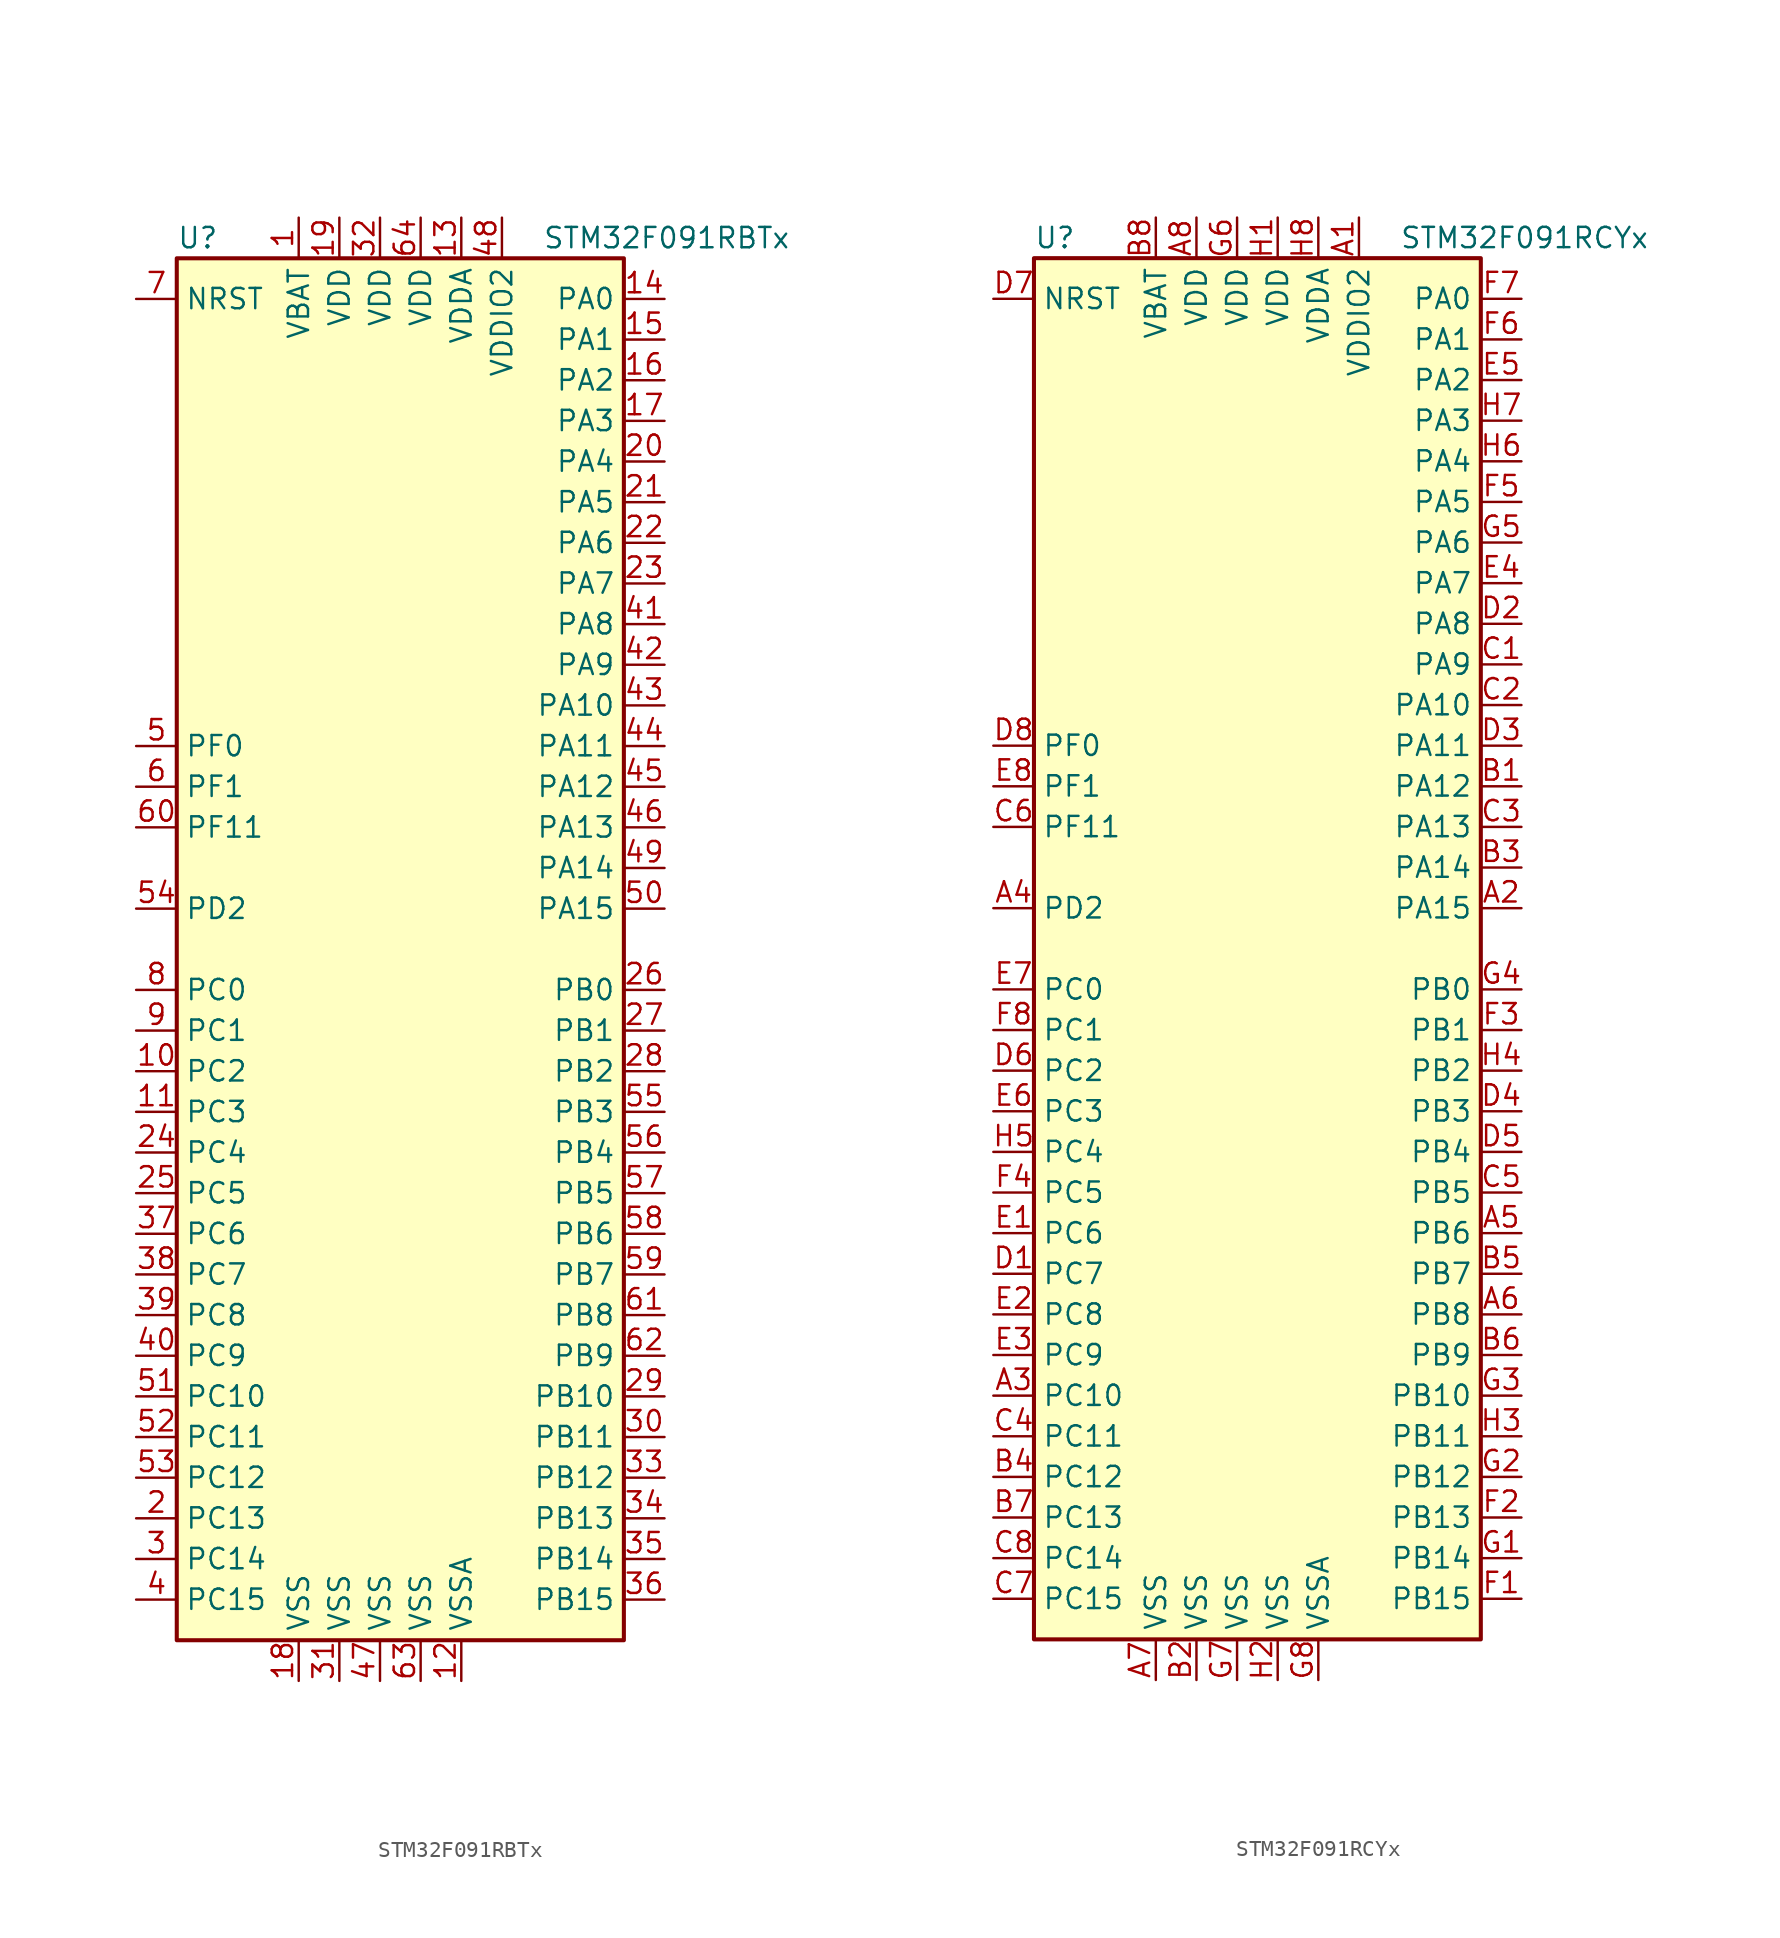
<source format=kicad_sym>
(kicad_symbol_lib
  (version 20201005)
  (generator kicad_symbol_editor)
  (symbol "STM32F091RBTx"
    (property "Reference" "U"
      (at -15.24 44.45 0)
      (effects (font (size 1.27 1.27)) (justify left)))
    (property "Value" "STM32F091RBTx"
      (at 7.62 44.45 0)
      (effects (font (size 1.27 1.27)) (justify left)))
    (symbol "STM32F091RBTx_0_1"
      (rectangle (start -15.24 -43.18) (end 12.7 43.18) (stroke (width 0.254)) (fill (type background))))
    (symbol "STM32F091RBTx_1_1"
      (pin input line (at -17.78 40.64 0) (length 2.54) (name "NRST" (effects (font (size 1.27 1.27)))) (number "7" (effects (font (size 1.27 1.27)))))
      (pin bidirectional line (at 15.24 40.64 180) (length 2.54) (name "PA0" (effects (font (size 1.27 1.27)))) (number "14" (effects (font (size 1.27 1.27)))))
      (pin bidirectional line (at 15.24 38.1 180) (length 2.54) (name "PA1" (effects (font (size 1.27 1.27)))) (number "15" (effects (font (size 1.27 1.27)))))
      (pin bidirectional line (at 15.24 15.24 180) (length 2.54) (name "PA10" (effects (font (size 1.27 1.27)))) (number "43" (effects (font (size 1.27 1.27)))))
      (pin bidirectional line (at 15.24 12.7 180) (length 2.54) (name "PA11" (effects (font (size 1.27 1.27)))) (number "44" (effects (font (size 1.27 1.27)))))
      (pin bidirectional line (at 15.24 10.16 180) (length 2.54) (name "PA12" (effects (font (size 1.27 1.27)))) (number "45" (effects (font (size 1.27 1.27)))))
      (pin bidirectional line (at 15.24 7.62 180) (length 2.54) (name "PA13" (effects (font (size 1.27 1.27)))) (number "46" (effects (font (size 1.27 1.27)))))
      (pin bidirectional line (at 15.24 5.08 180) (length 2.54) (name "PA14" (effects (font (size 1.27 1.27)))) (number "49" (effects (font (size 1.27 1.27)))))
      (pin bidirectional line (at 15.24 2.54 180) (length 2.54) (name "PA15" (effects (font (size 1.27 1.27)))) (number "50" (effects (font (size 1.27 1.27)))))
      (pin bidirectional line (at 15.24 35.56 180) (length 2.54) (name "PA2" (effects (font (size 1.27 1.27)))) (number "16" (effects (font (size 1.27 1.27)))))
      (pin bidirectional line (at 15.24 33.02 180) (length 2.54) (name "PA3" (effects (font (size 1.27 1.27)))) (number "17" (effects (font (size 1.27 1.27)))))
      (pin bidirectional line (at 15.24 30.48 180) (length 2.54) (name "PA4" (effects (font (size 1.27 1.27)))) (number "20" (effects (font (size 1.27 1.27)))))
      (pin bidirectional line (at 15.24 27.94 180) (length 2.54) (name "PA5" (effects (font (size 1.27 1.27)))) (number "21" (effects (font (size 1.27 1.27)))))
      (pin bidirectional line (at 15.24 25.4 180) (length 2.54) (name "PA6" (effects (font (size 1.27 1.27)))) (number "22" (effects (font (size 1.27 1.27)))))
      (pin bidirectional line (at 15.24 22.86 180) (length 2.54) (name "PA7" (effects (font (size 1.27 1.27)))) (number "23" (effects (font (size 1.27 1.27)))))
      (pin bidirectional line (at 15.24 20.32 180) (length 2.54) (name "PA8" (effects (font (size 1.27 1.27)))) (number "41" (effects (font (size 1.27 1.27)))))
      (pin bidirectional line (at 15.24 17.78 180) (length 2.54) (name "PA9" (effects (font (size 1.27 1.27)))) (number "42" (effects (font (size 1.27 1.27)))))
      (pin bidirectional line (at 15.24 -2.54 180) (length 2.54) (name "PB0" (effects (font (size 1.27 1.27)))) (number "26" (effects (font (size 1.27 1.27)))))
      (pin bidirectional line (at 15.24 -5.08 180) (length 2.54) (name "PB1" (effects (font (size 1.27 1.27)))) (number "27" (effects (font (size 1.27 1.27)))))
      (pin bidirectional line (at 15.24 -27.94 180) (length 2.54) (name "PB10" (effects (font (size 1.27 1.27)))) (number "29" (effects (font (size 1.27 1.27)))))
      (pin bidirectional line (at 15.24 -30.48 180) (length 2.54) (name "PB11" (effects (font (size 1.27 1.27)))) (number "30" (effects (font (size 1.27 1.27)))))
      (pin bidirectional line (at 15.24 -33.02 180) (length 2.54) (name "PB12" (effects (font (size 1.27 1.27)))) (number "33" (effects (font (size 1.27 1.27)))))
      (pin bidirectional line (at 15.24 -35.56 180) (length 2.54) (name "PB13" (effects (font (size 1.27 1.27)))) (number "34" (effects (font (size 1.27 1.27)))))
      (pin bidirectional line (at 15.24 -38.1 180) (length 2.54) (name "PB14" (effects (font (size 1.27 1.27)))) (number "35" (effects (font (size 1.27 1.27)))))
      (pin bidirectional line (at 15.24 -40.64 180) (length 2.54) (name "PB15" (effects (font (size 1.27 1.27)))) (number "36" (effects (font (size 1.27 1.27)))))
      (pin bidirectional line (at 15.24 -7.62 180) (length 2.54) (name "PB2" (effects (font (size 1.27 1.27)))) (number "28" (effects (font (size 1.27 1.27)))))
      (pin bidirectional line (at 15.24 -10.16 180) (length 2.54) (name "PB3" (effects (font (size 1.27 1.27)))) (number "55" (effects (font (size 1.27 1.27)))))
      (pin bidirectional line (at 15.24 -12.7 180) (length 2.54) (name "PB4" (effects (font (size 1.27 1.27)))) (number "56" (effects (font (size 1.27 1.27)))))
      (pin bidirectional line (at 15.24 -15.24 180) (length 2.54) (name "PB5" (effects (font (size 1.27 1.27)))) (number "57" (effects (font (size 1.27 1.27)))))
      (pin bidirectional line (at 15.24 -17.78 180) (length 2.54) (name "PB6" (effects (font (size 1.27 1.27)))) (number "58" (effects (font (size 1.27 1.27)))))
      (pin bidirectional line (at 15.24 -20.32 180) (length 2.54) (name "PB7" (effects (font (size 1.27 1.27)))) (number "59" (effects (font (size 1.27 1.27)))))
      (pin bidirectional line (at 15.24 -22.86 180) (length 2.54) (name "PB8" (effects (font (size 1.27 1.27)))) (number "61" (effects (font (size 1.27 1.27)))))
      (pin bidirectional line (at 15.24 -25.4 180) (length 2.54) (name "PB9" (effects (font (size 1.27 1.27)))) (number "62" (effects (font (size 1.27 1.27)))))
      (pin bidirectional line (at -17.78 -2.54 0) (length 2.54) (name "PC0" (effects (font (size 1.27 1.27)))) (number "8" (effects (font (size 1.27 1.27)))))
      (pin bidirectional line (at -17.78 -5.08 0) (length 2.54) (name "PC1" (effects (font (size 1.27 1.27)))) (number "9" (effects (font (size 1.27 1.27)))))
      (pin bidirectional line (at -17.78 -27.94 0) (length 2.54) (name "PC10" (effects (font (size 1.27 1.27)))) (number "51" (effects (font (size 1.27 1.27)))))
      (pin bidirectional line (at -17.78 -30.48 0) (length 2.54) (name "PC11" (effects (font (size 1.27 1.27)))) (number "52" (effects (font (size 1.27 1.27)))))
      (pin bidirectional line (at -17.78 -33.02 0) (length 2.54) (name "PC12" (effects (font (size 1.27 1.27)))) (number "53" (effects (font (size 1.27 1.27)))))
      (pin bidirectional line (at -17.78 -35.56 0) (length 2.54) (name "PC13" (effects (font (size 1.27 1.27)))) (number "2" (effects (font (size 1.27 1.27)))))
      (pin bidirectional line (at -17.78 -38.1 0) (length 2.54) (name "PC14" (effects (font (size 1.27 1.27)))) (number "3" (effects (font (size 1.27 1.27)))))
      (pin bidirectional line (at -17.78 -40.64 0) (length 2.54) (name "PC15" (effects (font (size 1.27 1.27)))) (number "4" (effects (font (size 1.27 1.27)))))
      (pin bidirectional line (at -17.78 -7.62 0) (length 2.54) (name "PC2" (effects (font (size 1.27 1.27)))) (number "10" (effects (font (size 1.27 1.27)))))
      (pin bidirectional line (at -17.78 -10.16 0) (length 2.54) (name "PC3" (effects (font (size 1.27 1.27)))) (number "11" (effects (font (size 1.27 1.27)))))
      (pin bidirectional line (at -17.78 -12.7 0) (length 2.54) (name "PC4" (effects (font (size 1.27 1.27)))) (number "24" (effects (font (size 1.27 1.27)))))
      (pin bidirectional line (at -17.78 -15.24 0) (length 2.54) (name "PC5" (effects (font (size 1.27 1.27)))) (number "25" (effects (font (size 1.27 1.27)))))
      (pin bidirectional line (at -17.78 -17.78 0) (length 2.54) (name "PC6" (effects (font (size 1.27 1.27)))) (number "37" (effects (font (size 1.27 1.27)))))
      (pin bidirectional line (at -17.78 -20.32 0) (length 2.54) (name "PC7" (effects (font (size 1.27 1.27)))) (number "38" (effects (font (size 1.27 1.27)))))
      (pin bidirectional line (at -17.78 -22.86 0) (length 2.54) (name "PC8" (effects (font (size 1.27 1.27)))) (number "39" (effects (font (size 1.27 1.27)))))
      (pin bidirectional line (at -17.78 -25.4 0) (length 2.54) (name "PC9" (effects (font (size 1.27 1.27)))) (number "40" (effects (font (size 1.27 1.27)))))
      (pin bidirectional line (at -17.78 2.54 0) (length 2.54) (name "PD2" (effects (font (size 1.27 1.27)))) (number "54" (effects (font (size 1.27 1.27)))))
      (pin input line (at -17.78 12.7 0) (length 2.54) (name "PF0" (effects (font (size 1.27 1.27)))) (number "5" (effects (font (size 1.27 1.27)))))
      (pin input line (at -17.78 10.16 0) (length 2.54) (name "PF1" (effects (font (size 1.27 1.27)))) (number "6" (effects (font (size 1.27 1.27)))))
      (pin bidirectional line (at -17.78 7.62 0) (length 2.54) (name "PF11" (effects (font (size 1.27 1.27)))) (number "60" (effects (font (size 1.27 1.27)))))
      (pin power_in line (at -7.62 45.72 270) (length 2.54) (name "VBAT" (effects (font (size 1.27 1.27)))) (number "1" (effects (font (size 1.27 1.27)))))
      (pin power_in line (at -5.08 45.72 270) (length 2.54) (name "VDD" (effects (font (size 1.27 1.27)))) (number "19" (effects (font (size 1.27 1.27)))))
      (pin power_in line (at -2.54 45.72 270) (length 2.54) (name "VDD" (effects (font (size 1.27 1.27)))) (number "32" (effects (font (size 1.27 1.27)))))
      (pin power_in line (at 0 45.72 270) (length 2.54) (name "VDD" (effects (font (size 1.27 1.27)))) (number "64" (effects (font (size 1.27 1.27)))))
      (pin power_in line (at 2.54 45.72 270) (length 2.54) (name "VDDA" (effects (font (size 1.27 1.27)))) (number "13" (effects (font (size 1.27 1.27)))))
      (pin power_in line (at 5.08 45.72 270) (length 2.54) (name "VDDIO2" (effects (font (size 1.27 1.27)))) (number "48" (effects (font (size 1.27 1.27)))))
      (pin power_in line (at -7.62 -45.72 90) (length 2.54) (name "VSS" (effects (font (size 1.27 1.27)))) (number "18" (effects (font (size 1.27 1.27)))))
      (pin power_in line (at -5.08 -45.72 90) (length 2.54) (name "VSS" (effects (font (size 1.27 1.27)))) (number "31" (effects (font (size 1.27 1.27)))))
      (pin power_in line (at -2.54 -45.72 90) (length 2.54) (name "VSS" (effects (font (size 1.27 1.27)))) (number "47" (effects (font (size 1.27 1.27)))))
      (pin power_in line (at 0 -45.72 90) (length 2.54) (name "VSS" (effects (font (size 1.27 1.27)))) (number "63" (effects (font (size 1.27 1.27)))))
      (pin power_in line (at 2.54 -45.72 90) (length 2.54) (name "VSSA" (effects (font (size 1.27 1.27)))) (number "12" (effects (font (size 1.27 1.27)))))))
  (symbol "STM32F091RCYx"
    (property "Reference" "U"
      (at -15.24 44.45 0)
      (effects (font (size 1.27 1.27)) (justify left)))
    (property "Value" "STM32F091RCYx"
      (at 7.62 44.45 0)
      (effects (font (size 1.27 1.27)) (justify left)))
    (symbol "STM32F091RCYx_0_1"
      (rectangle (start -15.24 -43.18) (end 12.7 43.18) (stroke (width 0.254)) (fill (type background))))
    (symbol "STM32F091RCYx_1_1"
      (pin input line (at -17.78 40.64 0) (length 2.54) (name "NRST" (effects (font (size 1.27 1.27)))) (number "D7" (effects (font (size 1.27 1.27)))))
      (pin bidirectional line (at 15.24 40.64 180) (length 2.54) (name "PA0" (effects (font (size 1.27 1.27)))) (number "F7" (effects (font (size 1.27 1.27)))))
      (pin bidirectional line (at 15.24 38.1 180) (length 2.54) (name "PA1" (effects (font (size 1.27 1.27)))) (number "F6" (effects (font (size 1.27 1.27)))))
      (pin bidirectional line (at 15.24 15.24 180) (length 2.54) (name "PA10" (effects (font (size 1.27 1.27)))) (number "C2" (effects (font (size 1.27 1.27)))))
      (pin bidirectional line (at 15.24 12.7 180) (length 2.54) (name "PA11" (effects (font (size 1.27 1.27)))) (number "D3" (effects (font (size 1.27 1.27)))))
      (pin bidirectional line (at 15.24 10.16 180) (length 2.54) (name "PA12" (effects (font (size 1.27 1.27)))) (number "B1" (effects (font (size 1.27 1.27)))))
      (pin bidirectional line (at 15.24 7.62 180) (length 2.54) (name "PA13" (effects (font (size 1.27 1.27)))) (number "C3" (effects (font (size 1.27 1.27)))))
      (pin bidirectional line (at 15.24 5.08 180) (length 2.54) (name "PA14" (effects (font (size 1.27 1.27)))) (number "B3" (effects (font (size 1.27 1.27)))))
      (pin bidirectional line (at 15.24 2.54 180) (length 2.54) (name "PA15" (effects (font (size 1.27 1.27)))) (number "A2" (effects (font (size 1.27 1.27)))))
      (pin bidirectional line (at 15.24 35.56 180) (length 2.54) (name "PA2" (effects (font (size 1.27 1.27)))) (number "E5" (effects (font (size 1.27 1.27)))))
      (pin bidirectional line (at 15.24 33.02 180) (length 2.54) (name "PA3" (effects (font (size 1.27 1.27)))) (number "H7" (effects (font (size 1.27 1.27)))))
      (pin bidirectional line (at 15.24 30.48 180) (length 2.54) (name "PA4" (effects (font (size 1.27 1.27)))) (number "H6" (effects (font (size 1.27 1.27)))))
      (pin bidirectional line (at 15.24 27.94 180) (length 2.54) (name "PA5" (effects (font (size 1.27 1.27)))) (number "F5" (effects (font (size 1.27 1.27)))))
      (pin bidirectional line (at 15.24 25.4 180) (length 2.54) (name "PA6" (effects (font (size 1.27 1.27)))) (number "G5" (effects (font (size 1.27 1.27)))))
      (pin bidirectional line (at 15.24 22.86 180) (length 2.54) (name "PA7" (effects (font (size 1.27 1.27)))) (number "E4" (effects (font (size 1.27 1.27)))))
      (pin bidirectional line (at 15.24 20.32 180) (length 2.54) (name "PA8" (effects (font (size 1.27 1.27)))) (number "D2" (effects (font (size 1.27 1.27)))))
      (pin bidirectional line (at 15.24 17.78 180) (length 2.54) (name "PA9" (effects (font (size 1.27 1.27)))) (number "C1" (effects (font (size 1.27 1.27)))))
      (pin bidirectional line (at 15.24 -2.54 180) (length 2.54) (name "PB0" (effects (font (size 1.27 1.27)))) (number "G4" (effects (font (size 1.27 1.27)))))
      (pin bidirectional line (at 15.24 -5.08 180) (length 2.54) (name "PB1" (effects (font (size 1.27 1.27)))) (number "F3" (effects (font (size 1.27 1.27)))))
      (pin bidirectional line (at 15.24 -27.94 180) (length 2.54) (name "PB10" (effects (font (size 1.27 1.27)))) (number "G3" (effects (font (size 1.27 1.27)))))
      (pin bidirectional line (at 15.24 -30.48 180) (length 2.54) (name "PB11" (effects (font (size 1.27 1.27)))) (number "H3" (effects (font (size 1.27 1.27)))))
      (pin bidirectional line (at 15.24 -33.02 180) (length 2.54) (name "PB12" (effects (font (size 1.27 1.27)))) (number "G2" (effects (font (size 1.27 1.27)))))
      (pin bidirectional line (at 15.24 -35.56 180) (length 2.54) (name "PB13" (effects (font (size 1.27 1.27)))) (number "F2" (effects (font (size 1.27 1.27)))))
      (pin bidirectional line (at 15.24 -38.1 180) (length 2.54) (name "PB14" (effects (font (size 1.27 1.27)))) (number "G1" (effects (font (size 1.27 1.27)))))
      (pin bidirectional line (at 15.24 -40.64 180) (length 2.54) (name "PB15" (effects (font (size 1.27 1.27)))) (number "F1" (effects (font (size 1.27 1.27)))))
      (pin bidirectional line (at 15.24 -7.62 180) (length 2.54) (name "PB2" (effects (font (size 1.27 1.27)))) (number "H4" (effects (font (size 1.27 1.27)))))
      (pin bidirectional line (at 15.24 -10.16 180) (length 2.54) (name "PB3" (effects (font (size 1.27 1.27)))) (number "D4" (effects (font (size 1.27 1.27)))))
      (pin bidirectional line (at 15.24 -12.7 180) (length 2.54) (name "PB4" (effects (font (size 1.27 1.27)))) (number "D5" (effects (font (size 1.27 1.27)))))
      (pin bidirectional line (at 15.24 -15.24 180) (length 2.54) (name "PB5" (effects (font (size 1.27 1.27)))) (number "C5" (effects (font (size 1.27 1.27)))))
      (pin bidirectional line (at 15.24 -17.78 180) (length 2.54) (name "PB6" (effects (font (size 1.27 1.27)))) (number "A5" (effects (font (size 1.27 1.27)))))
      (pin bidirectional line (at 15.24 -20.32 180) (length 2.54) (name "PB7" (effects (font (size 1.27 1.27)))) (number "B5" (effects (font (size 1.27 1.27)))))
      (pin bidirectional line (at 15.24 -22.86 180) (length 2.54) (name "PB8" (effects (font (size 1.27 1.27)))) (number "A6" (effects (font (size 1.27 1.27)))))
      (pin bidirectional line (at 15.24 -25.4 180) (length 2.54) (name "PB9" (effects (font (size 1.27 1.27)))) (number "B6" (effects (font (size 1.27 1.27)))))
      (pin bidirectional line (at -17.78 -2.54 0) (length 2.54) (name "PC0" (effects (font (size 1.27 1.27)))) (number "E7" (effects (font (size 1.27 1.27)))))
      (pin bidirectional line (at -17.78 -5.08 0) (length 2.54) (name "PC1" (effects (font (size 1.27 1.27)))) (number "F8" (effects (font (size 1.27 1.27)))))
      (pin bidirectional line (at -17.78 -27.94 0) (length 2.54) (name "PC10" (effects (font (size 1.27 1.27)))) (number "A3" (effects (font (size 1.27 1.27)))))
      (pin bidirectional line (at -17.78 -30.48 0) (length 2.54) (name "PC11" (effects (font (size 1.27 1.27)))) (number "C4" (effects (font (size 1.27 1.27)))))
      (pin bidirectional line (at -17.78 -33.02 0) (length 2.54) (name "PC12" (effects (font (size 1.27 1.27)))) (number "B4" (effects (font (size 1.27 1.27)))))
      (pin bidirectional line (at -17.78 -35.56 0) (length 2.54) (name "PC13" (effects (font (size 1.27 1.27)))) (number "B7" (effects (font (size 1.27 1.27)))))
      (pin bidirectional line (at -17.78 -38.1 0) (length 2.54) (name "PC14" (effects (font (size 1.27 1.27)))) (number "C8" (effects (font (size 1.27 1.27)))))
      (pin bidirectional line (at -17.78 -40.64 0) (length 2.54) (name "PC15" (effects (font (size 1.27 1.27)))) (number "C7" (effects (font (size 1.27 1.27)))))
      (pin bidirectional line (at -17.78 -7.62 0) (length 2.54) (name "PC2" (effects (font (size 1.27 1.27)))) (number "D6" (effects (font (size 1.27 1.27)))))
      (pin bidirectional line (at -17.78 -10.16 0) (length 2.54) (name "PC3" (effects (font (size 1.27 1.27)))) (number "E6" (effects (font (size 1.27 1.27)))))
      (pin bidirectional line (at -17.78 -12.7 0) (length 2.54) (name "PC4" (effects (font (size 1.27 1.27)))) (number "H5" (effects (font (size 1.27 1.27)))))
      (pin bidirectional line (at -17.78 -15.24 0) (length 2.54) (name "PC5" (effects (font (size 1.27 1.27)))) (number "F4" (effects (font (size 1.27 1.27)))))
      (pin bidirectional line (at -17.78 -17.78 0) (length 2.54) (name "PC6" (effects (font (size 1.27 1.27)))) (number "E1" (effects (font (size 1.27 1.27)))))
      (pin bidirectional line (at -17.78 -20.32 0) (length 2.54) (name "PC7" (effects (font (size 1.27 1.27)))) (number "D1" (effects (font (size 1.27 1.27)))))
      (pin bidirectional line (at -17.78 -22.86 0) (length 2.54) (name "PC8" (effects (font (size 1.27 1.27)))) (number "E2" (effects (font (size 1.27 1.27)))))
      (pin bidirectional line (at -17.78 -25.4 0) (length 2.54) (name "PC9" (effects (font (size 1.27 1.27)))) (number "E3" (effects (font (size 1.27 1.27)))))
      (pin bidirectional line (at -17.78 2.54 0) (length 2.54) (name "PD2" (effects (font (size 1.27 1.27)))) (number "A4" (effects (font (size 1.27 1.27)))))
      (pin input line (at -17.78 12.7 0) (length 2.54) (name "PF0" (effects (font (size 1.27 1.27)))) (number "D8" (effects (font (size 1.27 1.27)))))
      (pin input line (at -17.78 10.16 0) (length 2.54) (name "PF1" (effects (font (size 1.27 1.27)))) (number "E8" (effects (font (size 1.27 1.27)))))
      (pin bidirectional line (at -17.78 7.62 0) (length 2.54) (name "PF11" (effects (font (size 1.27 1.27)))) (number "C6" (effects (font (size 1.27 1.27)))))
      (pin power_in line (at -7.62 45.72 270) (length 2.54) (name "VBAT" (effects (font (size 1.27 1.27)))) (number "B8" (effects (font (size 1.27 1.27)))))
      (pin power_in line (at -5.08 45.72 270) (length 2.54) (name "VDD" (effects (font (size 1.27 1.27)))) (number "A8" (effects (font (size 1.27 1.27)))))
      (pin power_in line (at -2.54 45.72 270) (length 2.54) (name "VDD" (effects (font (size 1.27 1.27)))) (number "G6" (effects (font (size 1.27 1.27)))))
      (pin power_in line (at 0 45.72 270) (length 2.54) (name "VDD" (effects (font (size 1.27 1.27)))) (number "H1" (effects (font (size 1.27 1.27)))))
      (pin power_in line (at 2.54 45.72 270) (length 2.54) (name "VDDA" (effects (font (size 1.27 1.27)))) (number "H8" (effects (font (size 1.27 1.27)))))
      (pin power_in line (at 5.08 45.72 270) (length 2.54) (name "VDDIO2" (effects (font (size 1.27 1.27)))) (number "A1" (effects (font (size 1.27 1.27)))))
      (pin power_in line (at -7.62 -45.72 90) (length 2.54) (name "VSS" (effects (font (size 1.27 1.27)))) (number "A7" (effects (font (size 1.27 1.27)))))
      (pin power_in line (at -5.08 -45.72 90) (length 2.54) (name "VSS" (effects (font (size 1.27 1.27)))) (number "B2" (effects (font (size 1.27 1.27)))))
      (pin power_in line (at -2.54 -45.72 90) (length 2.54) (name "VSS" (effects (font (size 1.27 1.27)))) (number "G7" (effects (font (size 1.27 1.27)))))
      (pin power_in line (at 0 -45.72 90) (length 2.54) (name "VSS" (effects (font (size 1.27 1.27)))) (number "H2" (effects (font (size 1.27 1.27)))))
      (pin power_in line (at 2.54 -45.72 90) (length 2.54) (name "VSSA" (effects (font (size 1.27 1.27)))) (number "G8" (effects (font (size 1.27 1.27))))))))
</source>
